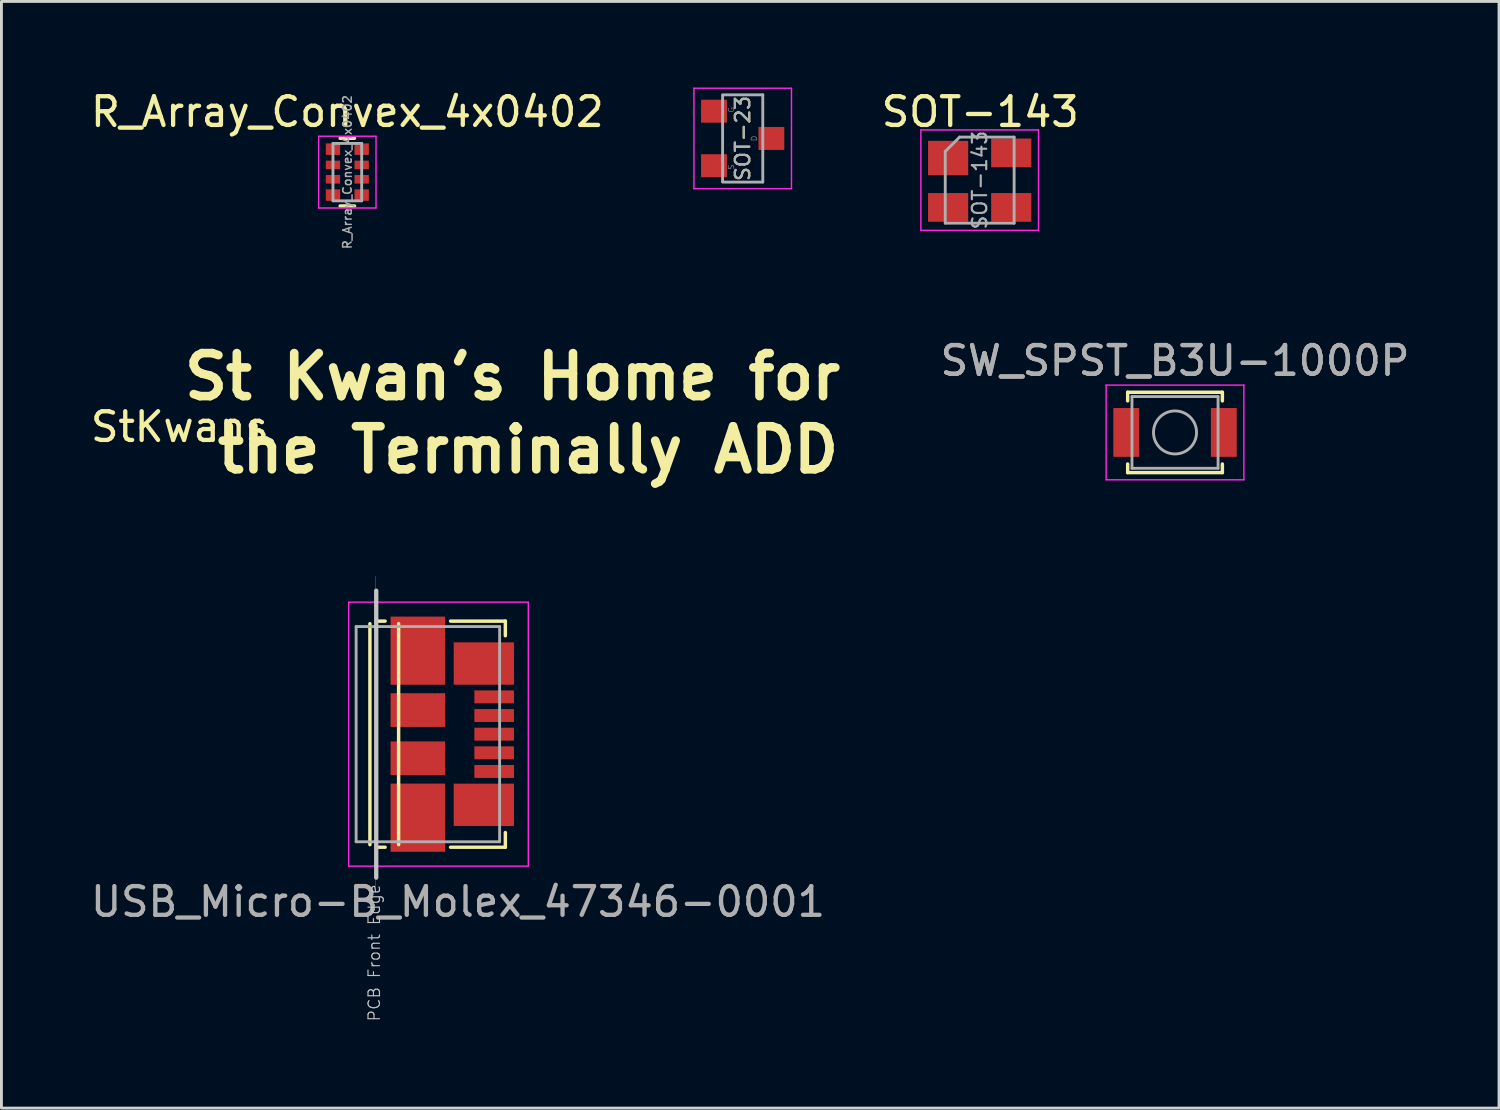
<source format=kicad_pcb>
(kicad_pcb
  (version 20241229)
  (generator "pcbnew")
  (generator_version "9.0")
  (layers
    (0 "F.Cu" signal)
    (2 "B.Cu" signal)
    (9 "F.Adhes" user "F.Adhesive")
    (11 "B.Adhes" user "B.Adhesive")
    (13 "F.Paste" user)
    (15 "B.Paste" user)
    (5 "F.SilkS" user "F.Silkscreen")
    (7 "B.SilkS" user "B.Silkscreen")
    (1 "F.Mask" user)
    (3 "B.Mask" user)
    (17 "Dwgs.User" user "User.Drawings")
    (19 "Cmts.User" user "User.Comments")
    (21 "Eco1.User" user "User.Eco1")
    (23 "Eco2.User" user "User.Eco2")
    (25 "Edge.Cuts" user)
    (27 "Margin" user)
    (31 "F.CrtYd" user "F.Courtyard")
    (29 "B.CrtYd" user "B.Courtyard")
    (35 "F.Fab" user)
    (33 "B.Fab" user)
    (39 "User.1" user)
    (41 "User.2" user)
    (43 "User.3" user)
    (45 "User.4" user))
  (footprint "SOT-143"
    (layer "F.Cu")
    (at 31.091 3.228)
    (property "Reference" "SOT-143" (at 0.02 -2.38 0) (layer "F.SilkS") (effects (font (size 1 1) (thickness 0.15))))
    (attr smd)
    (fp_line (start -2.05 1.75) (end -2.05 -1.75) (stroke (width 0.05) (type solid)) (layer "F.CrtYd"))
    (fp_line (start -2.05 1.75) (end 2.05 1.75) (stroke (width 0.05) (type solid)) (layer "F.CrtYd"))
    (fp_line (start 2.05 -1.75) (end -2.05 -1.75) (stroke (width 0.05) (type solid)) (layer "F.CrtYd"))
    (fp_line (start 2.05 -1.75) (end 2.05 1.75) (stroke (width 0.05) (type solid)) (layer "F.CrtYd"))
    (fp_line (start -1.2 -1) (end -0.7 -1.5) (stroke (width 0.1) (type solid)) (layer "F.Fab"))
    (fp_line (start -1.2 1.5) (end -1.2 -1) (stroke (width 0.1) (type solid)) (layer "F.Fab"))
    (fp_line (start -0.7 -1.5) (end 1.2 -1.5) (stroke (width 0.1) (type solid)) (layer "F.Fab"))
    (fp_line (start 1.2 -1.5) (end 1.2 1.5) (stroke (width 0.1) (type solid)) (layer "F.Fab"))
    (fp_line (start 1.2 1.5) (end -1.2 1.5) (stroke (width 0.1) (type solid)) (layer "F.Fab"))
    (fp_text user "${REFERENCE}" (at 0 0 90) (layer "F.Fab") (effects (font (size 0.5 0.5) (thickness 0.075))))
    (pad "1" smd rect (at -1.1 -0.77 270) (size 1.2 1.4) (layers "F.Cu" "F.Mask" "F.Paste"))
    (pad "2" smd rect (at -1.1 0.95 270) (size 1 1.4) (layers "F.Cu" "F.Mask" "F.Paste"))
    (pad "3" smd rect (at 1.1 0.95 270) (size 1 1.4) (layers "F.Cu" "F.Mask" "F.Paste"))
    (pad "4" smd rect (at 1.1 -0.95 270) (size 1 1.4) (layers "F.Cu" "F.Mask" "F.Paste")))
  (footprint "SW_SPST_B3U-1000P"
    (layer "F.Cu")
    (at 37.898 12.02)
    (property "Reference" "SW_SPST_B3U-1000P" (at 0 -2.5 0) (layer "F.Fab") (effects (font (size 1 1) (thickness 0.15))))
    (attr smd)
    (fp_line (start -1.65 -1.4) (end 1.65 -1.4) (stroke (width 0.12) (type solid)) (layer "F.SilkS"))
    (fp_line (start -1.65 -1.1) (end -1.65 -1.4) (stroke (width 0.12) (type solid)) (layer "F.SilkS"))
    (fp_line (start -1.65 1.1) (end -1.65 1.4) (stroke (width 0.12) (type solid)) (layer "F.SilkS"))
    (fp_line (start -1.65 1.4) (end 1.65 1.4) (stroke (width 0.12) (type solid)) (layer "F.SilkS"))
    (fp_line (start 1.65 -1.4) (end 1.65 -1.1) (stroke (width 0.12) (type solid)) (layer "F.SilkS"))
    (fp_line (start 1.65 1.4) (end 1.65 1.1) (stroke (width 0.12) (type solid)) (layer "F.SilkS"))
    (fp_line (start -2.4 -1.65) (end -2.4 1.65) (stroke (width 0.05) (type solid)) (layer "F.CrtYd"))
    (fp_line (start -2.4 1.65) (end 2.4 1.65) (stroke (width 0.05) (type solid)) (layer "F.CrtYd"))
    (fp_line (start 2.4 -1.65) (end -2.4 -1.65) (stroke (width 0.05) (type solid)) (layer "F.CrtYd"))
    (fp_line (start 2.4 1.65) (end 2.4 -1.65) (stroke (width 0.05) (type solid)) (layer "F.CrtYd"))
    (fp_line (start -1.5 -1.25) (end 1.5 -1.25) (stroke (width 0.1) (type solid)) (layer "F.Fab"))
    (fp_line (start -1.5 1.25) (end -1.5 -1.25) (stroke (width 0.1) (type solid)) (layer "F.Fab"))
    (fp_line (start 1.5 -1.25) (end 1.5 1.25) (stroke (width 0.1) (type solid)) (layer "F.Fab"))
    (fp_line (start 1.5 1.25) (end -1.5 1.25) (stroke (width 0.1) (type solid)) (layer "F.Fab"))
    (fp_circle (center 0 0) (end 0.75 0) (stroke (width 0.1) (type solid)) (fill no) (layer "F.Fab"))
    (fp_text user "${REFERENCE}" (at 0 -2.5 0) (layer "F.Fab") (effects (font (size 1 1) (thickness 0.15))))
    (pad "1" smd rect (at -1.7 0) (size 0.9 1.7) (layers "F.Cu" "F.Mask" "F.Paste"))
    (pad "2" smd rect (at 1.7 0) (size 0.9 1.7) (layers "F.Cu" "F.Mask" "F.Paste")))
  (footprint "SOT-23"
    (layer "F.Cu")
    (at 22.832 1.775)
    (property "Reference" "SOT-23" (at 0 0 90) (layer "F.SilkS") (effects (font (size 0.5 0.5) (thickness 0.075))))
    (attr smd)
    (fp_line (start -1.7 -1.75) (end 1.7 -1.75) (stroke (width 0.05) (type solid)) (layer "F.CrtYd"))
    (fp_line (start -1.7 1.75) (end -1.7 -1.75) (stroke (width 0.05) (type solid)) (layer "F.CrtYd"))
    (fp_line (start 1.7 -1.75) (end 1.7 1.75) (stroke (width 0.05) (type solid)) (layer "F.CrtYd"))
    (fp_line (start 1.7 1.75) (end -1.7 1.75) (stroke (width 0.05) (type solid)) (layer "F.CrtYd"))
    (fp_line (start -0.7 -1.52) (end 0.7 -1.52) (stroke (width 0.1) (type solid)) (layer "F.Fab"))
    (fp_line (start -0.7 -1.5) (end -0.7 1.5) (stroke (width 0.1) (type solid)) (layer "F.Fab"))
    (fp_line (start -0.7 1.52) (end 0.7 1.52) (stroke (width 0.1) (type solid)) (layer "F.Fab"))
    (fp_line (start 0.7 -1.52) (end 0.7 1.52) (stroke (width 0.1) (type solid)) (layer "F.Fab"))
    (fp_text user "S" (at -0.4 1 90) (layer "F.Fab") (effects (font (size 0.2 0.2) (thickness 0.015))))
    (fp_text user "D" (at 0.4 0 90) (layer "F.Fab") (effects (font (size 0.2 0.2) (thickness 0.015))))
    (fp_text user "G" (at -0.4 -1 90) (layer "F.Fab") (effects (font (size 0.2 0.2) (thickness 0.015))))
    (fp_text user "${REFERENCE}" (at 0 0 90) (layer "F.Fab") (effects (font (size 0.5 0.5) (thickness 0.075))))
    (pad "1" smd rect (at -1 -0.95) (size 0.9 0.8) (layers "F.Cu" "F.Mask" "F.Paste"))
    (pad "2" smd rect (at -1 0.95) (size 0.9 0.8) (layers "F.Cu" "F.Mask" "F.Paste"))
    (pad "3" smd rect (at 1 0) (size 0.9 0.8) (layers "F.Cu" "F.Mask" "F.Paste")))
  (footprint "R_Array_Convex_4x0402"
    (layer "F.Cu")
    (at 9.054 2.948)
    (property "Reference" "R_Array_Convex_4x0402" (at 0 -2.1 0) (layer "F.SilkS") (effects (font (size 1 1) (thickness 0.15))))
    (attr smd)
    (fp_line (start 0.25 -1.18) (end -0.25 -1.18) (stroke (width 0.12) (type solid)) (layer "F.SilkS"))
    (fp_line (start 0.25 1.18) (end -0.25 1.18) (stroke (width 0.12) (type solid)) (layer "F.SilkS"))
    (fp_line (start -1 -1.25) (end -1 1.25) (stroke (width 0.05) (type solid)) (layer "F.CrtYd"))
    (fp_line (start -1 -1.25) (end 1 -1.25) (stroke (width 0.05) (type solid)) (layer "F.CrtYd"))
    (fp_line (start 1 1.25) (end -1 1.25) (stroke (width 0.05) (type solid)) (layer "F.CrtYd"))
    (fp_line (start 1 1.25) (end 1 -1.25) (stroke (width 0.05) (type solid)) (layer "F.CrtYd"))
    (fp_line (start -0.5 -1) (end 0.5 -1) (stroke (width 0.1) (type solid)) (layer "F.Fab"))
    (fp_line (start -0.5 1) (end -0.5 -1) (stroke (width 0.1) (type solid)) (layer "F.Fab"))
    (fp_line (start 0.5 -1) (end 0.5 1) (stroke (width 0.1) (type solid)) (layer "F.Fab"))
    (fp_line (start 0.5 1) (end -0.5 1) (stroke (width 0.1) (type solid)) (layer "F.Fab"))
    (fp_text user "${REFERENCE}" (at 0 0 90) (layer "F.Fab") (effects (font (size 0.3 0.3) (thickness 0.05))))
    (pad "1" smd rect (at -0.5 -0.8) (size 0.5 0.4) (layers "F.Cu" "F.Mask" "F.Paste"))
    (pad "2" smd rect (at -0.5 -0.25) (size 0.5 0.3) (layers "F.Cu" "F.Mask" "F.Paste"))
    (pad "3" smd rect (at -0.5 0.25) (size 0.5 0.3) (layers "F.Cu" "F.Mask" "F.Paste"))
    (pad "4" smd rect (at -0.5 0.8) (size 0.5 0.4) (layers "F.Cu" "F.Mask" "F.Paste"))
    (pad "5" smd rect (at 0.5 0.8) (size 0.5 0.4) (layers "F.Cu" "F.Mask" "F.Paste"))
    (pad "6" smd rect (at 0.5 0.25) (size 0.5 0.3) (layers "F.Cu" "F.Mask" "F.Paste"))
    (pad "7" smd rect (at 0.5 -0.25) (size 0.5 0.3) (layers "F.Cu" "F.Mask" "F.Paste"))
    (pad "8" smd rect (at 0.5 -0.8) (size 0.5 0.4) (layers "F.Cu" "F.Mask" "F.Paste")))
  (footprint "StKwans"
    (layer "F.Cu")
    (at 3.22 11.326)
    (property "Reference" "StKwans" (at 0 0.5 0) (layer "F.SilkS") (effects (font (size 1 1) (thickness 0.15))))
    (attr through_hole)
    (fp_text user "the Terminally ADD" (at 1.15 1.3 0) (layer "F.SilkS") (effects (font (size 1.5 1.5) (thickness 0.3)) (justify left)))
    (fp_text user "St Kwan's Home for" (at 0 -1.25 0) (layer "F.SilkS") (effects (font (size 1.5 1.5) (thickness 0.3)) (justify left))))
  (footprint "USB_Micro-B_Molex_47346-0001"
    (layer "F.Cu")
    (at 10.041 22.535)
    (property "Reference" "USB_Micro-B_Molex_47346-0001" (at 2.87 5.84 180) (layer "F.Fab") (effects (font (size 1 1) (thickness 0.15))))
    (attr smd)
    (fp_line (start -0.2 -3.85) (end -0.2 3.85) (stroke (width 0.12) (type solid)) (layer "F.SilkS"))
    (fp_line (start 0.07 -3.94) (end 0.33 -3.94) (stroke (width 0.12) (type solid)) (layer "F.SilkS"))
    (fp_line (start 0.33 3.94) (end 0.07 3.94) (stroke (width 0.12) (type solid)) (layer "F.SilkS"))
    (fp_line (start 0.8 -3.85) (end 0.8 3.85) (stroke (width 0.12) (type solid)) (layer "F.SilkS"))
    (fp_line (start 2.61 -3.94) (end 4.52 -3.94) (stroke (width 0.12) (type solid)) (layer "F.SilkS"))
    (fp_line (start 4.52 -3.94) (end 4.52 -3.43) (stroke (width 0.12) (type solid)) (layer "F.SilkS"))
    (fp_line (start 4.52 3.94) (end 2.61 3.94) (stroke (width 0.12) (type solid)) (layer "F.SilkS"))
    (fp_line (start 4.52 3.94) (end 4.52 3.43) (stroke (width 0.12) (type solid)) (layer "F.SilkS"))
    (fp_line (start 0.02 -5) (end 0.02 5) (stroke (width 0.15) (type solid)) (layer "Dwgs.User"))
    (fp_line (start -0.94 -4.6) (end 5.32 -4.6) (stroke (width 0.05) (type solid)) (layer "F.CrtYd"))
    (fp_line (start -0.94 4.6) (end -0.94 -4.6) (stroke (width 0.05) (type solid)) (layer "F.CrtYd"))
    (fp_line (start 5.32 -4.6) (end 5.32 4.6) (stroke (width 0.05) (type solid)) (layer "F.CrtYd"))
    (fp_line (start 5.32 4.6) (end -0.94 4.6) (stroke (width 0.05) (type solid)) (layer "F.CrtYd"))
    (fp_line (start -0.68 -3.75) (end 4.32 -3.75) (stroke (width 0.1) (type solid)) (layer "F.Fab"))
    (fp_line (start -0.68 3.75) (end -0.68 -3.75) (stroke (width 0.1) (type solid)) (layer "F.Fab"))
    (fp_line (start 0 -5.5) (end 0 5.5) (stroke (width 0.01) (type solid)) (layer "F.Fab"))
    (fp_line (start 4.32 -3.75) (end 4.32 3.75) (stroke (width 0.1) (type solid)) (layer "F.Fab"))
    (fp_line (start 4.32 3.75) (end -0.68 3.75) (stroke (width 0.1) (type solid)) (layer "F.Fab"))
    (fp_text user "PCB Front Edge" (at -0.05 7.62 90) (layer "Dwgs.User") (effects (font (size 0.4 0.4) (thickness 0.04))))
    (pad "1" smd rect (at 4.13 -1.3) (size 1.38 0.45) (layers "F.Cu" "F.Mask" "F.Paste"))
    (pad "2" smd rect (at 4.13 -0.65) (size 1.38 0.45) (layers "F.Cu" "F.Mask" "F.Paste"))
    (pad "3" smd rect (at 4.13 0) (size 1.38 0.45) (layers "F.Cu" "F.Mask" "F.Paste"))
    (pad "4" smd rect (at 4.13 0.65) (size 1.38 0.45) (layers "F.Cu" "F.Mask" "F.Paste"))
    (pad "5" smd rect (at 4.13 1.3) (size 1.38 0.45) (layers "F.Cu" "F.Mask" "F.Paste"))
    (pad "6" smd rect (at 1.47 -2.91) (size 1.9 2.375) (layers "F.Cu" "F.Mask" "F.Paste"))
    (pad "6" smd rect (at 1.47 -0.84) (size 1.9 1.175) (layers "F.Cu" "F.Mask" "F.Paste"))
    (pad "6" smd rect (at 1.47 0.84) (size 1.9 1.175) (layers "F.Cu" "F.Mask" "F.Paste"))
    (pad "6" smd rect (at 1.47 2.91) (size 1.9 2.375) (layers "F.Cu" "F.Mask" "F.Paste"))
    (pad "6" smd rect (at 3.77 -2.462) (size 2.1 1.475) (layers "F.Cu" "F.Mask" "F.Paste"))
    (pad "6" smd rect (at 3.77 2.462) (size 2.1 1.475) (layers "F.Cu" "F.Mask" "F.Paste")))
  (gr_rect
    (start -3 -3)
    (end 49.189 35.565)
    (stroke (width 0.1) (type default))
    (fill no)
    (layer "Edge.Cuts")))
</source>
